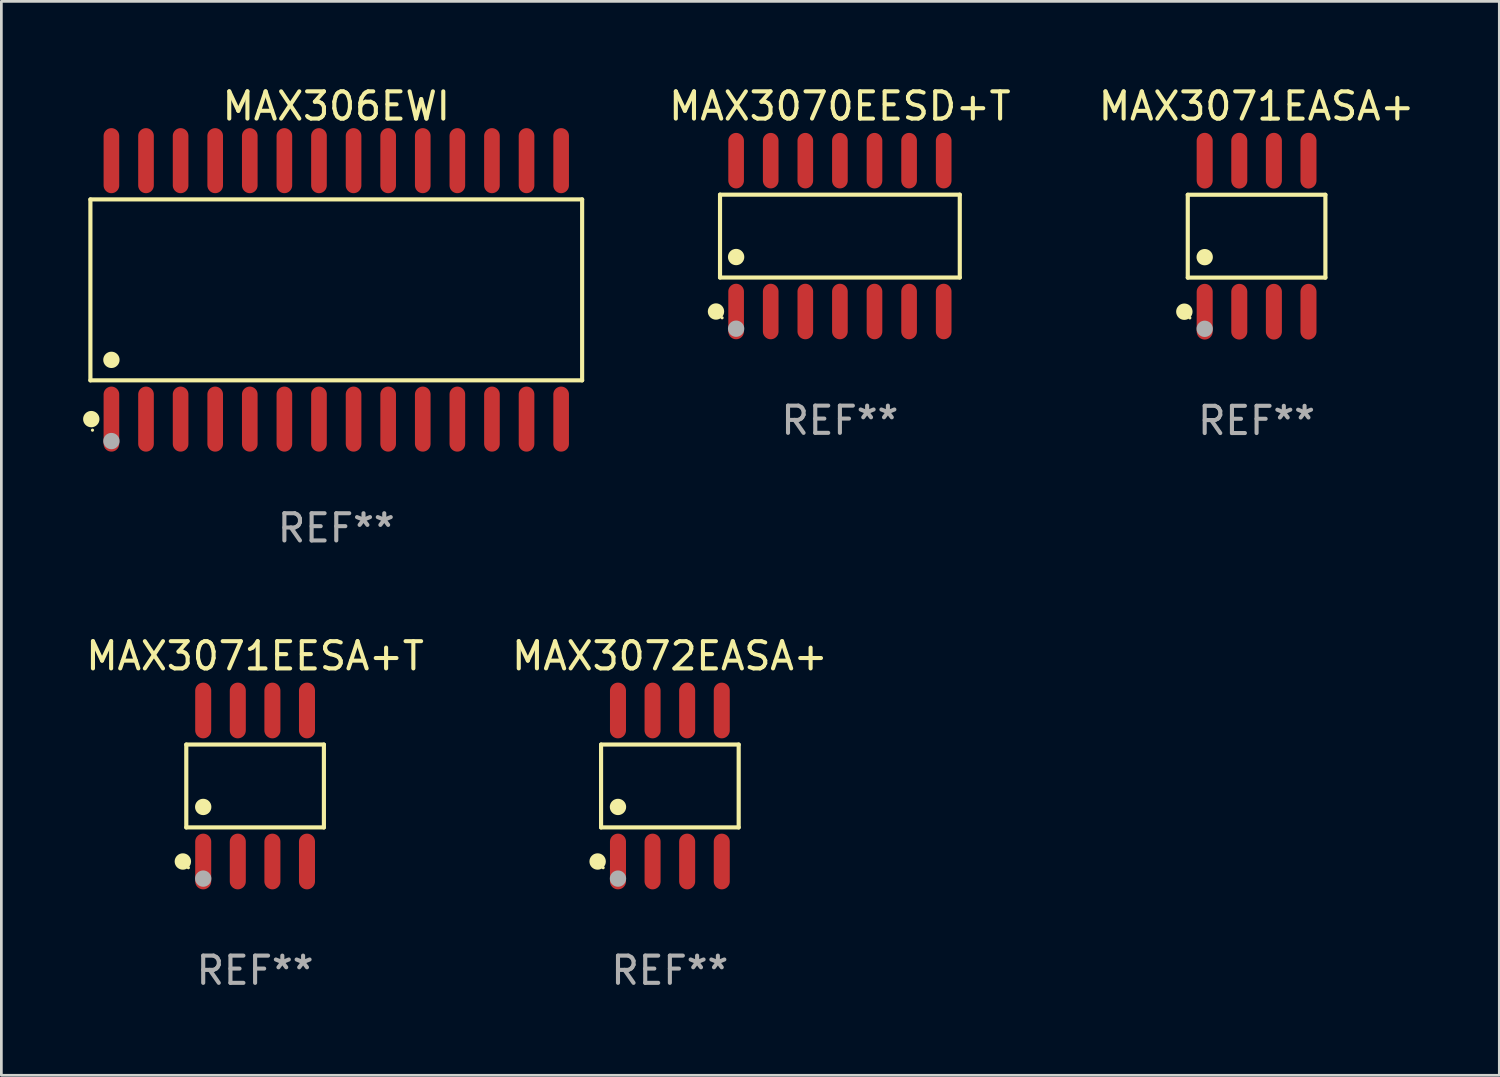
<source format=kicad_pcb>
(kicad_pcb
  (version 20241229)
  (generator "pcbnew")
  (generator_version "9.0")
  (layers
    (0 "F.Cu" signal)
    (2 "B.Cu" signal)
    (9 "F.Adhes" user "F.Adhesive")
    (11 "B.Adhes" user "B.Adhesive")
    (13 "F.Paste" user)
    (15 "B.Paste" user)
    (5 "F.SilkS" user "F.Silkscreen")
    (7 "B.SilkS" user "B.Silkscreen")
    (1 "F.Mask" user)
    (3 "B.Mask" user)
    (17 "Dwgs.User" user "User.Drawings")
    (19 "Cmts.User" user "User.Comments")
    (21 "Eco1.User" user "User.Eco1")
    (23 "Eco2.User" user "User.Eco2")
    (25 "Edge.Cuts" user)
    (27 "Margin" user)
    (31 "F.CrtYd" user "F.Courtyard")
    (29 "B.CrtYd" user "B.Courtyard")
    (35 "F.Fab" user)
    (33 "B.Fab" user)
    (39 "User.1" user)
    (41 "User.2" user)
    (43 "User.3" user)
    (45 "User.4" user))
  (footprint "MAX3072EASA+"
    (layer "F.Cu")
    (at 21.542 25.805)
    (property "Reference" "MAX3072EASA+" (at 0 -4.772 0) (layer "F.SilkS") (effects (font (size 1 1) (thickness 0.15))))
    (attr through_hole)
    (fp_line (start -2.526 -1.521) (end 2.526 -1.521) (stroke (width 0.152) (type solid)) (layer "F.SilkS"))
    (fp_line (start -2.526 1.521) (end -2.526 -1.521) (stroke (width 0.152) (type solid)) (layer "F.SilkS"))
    (fp_line (start 2.526 -1.521) (end 2.526 1.521) (stroke (width 0.152) (type solid)) (layer "F.SilkS"))
    (fp_line (start 2.526 1.521) (end -2.526 1.521) (stroke (width 0.152) (type solid)) (layer "F.SilkS"))
    (fp_circle (center -2.652 2.772) (end -2.501 2.772) (stroke (width 0.3) (type solid)) (fill no) (layer "F.SilkS"))
    (fp_circle (center -2.45 3) (end -2.42 3) (stroke (width 0.06) (type solid)) (fill no) (layer "F.SilkS"))
    (fp_circle (center -1.905 0.769) (end -1.755 0.769) (stroke (width 0.3) (type solid)) (fill no) (layer "F.SilkS"))
    (fp_circle (center -1.905 3.4) (end -1.755 3.4) (stroke (width 0.3) (type solid)) (fill no) (layer "F.Fab"))
    (fp_text user "REF**" (at 0 6.772 0) (layer "F.Fab") (effects (font (size 1 1) (thickness 0.15))))
    (pad "1" smd oval (at -1.905 2.772) (size 0.588 2.045) (layers "F.Cu" "F.Mask" "F.Paste"))
    (pad "2" smd oval (at -0.635 2.772) (size 0.588 2.045) (layers "F.Cu" "F.Mask" "F.Paste"))
    (pad "3" smd oval (at 0.635 2.772) (size 0.588 2.045) (layers "F.Cu" "F.Mask" "F.Paste"))
    (pad "4" smd oval (at 1.905 2.772) (size 0.588 2.045) (layers "F.Cu" "F.Mask" "F.Paste"))
    (pad "5" smd oval (at 1.905 -2.772) (size 0.588 2.045) (layers "F.Cu" "F.Mask" "F.Paste"))
    (pad "6" smd oval (at 0.635 -2.772) (size 0.588 2.045) (layers "F.Cu" "F.Mask" "F.Paste"))
    (pad "7" smd oval (at -0.635 -2.772) (size 0.588 2.045) (layers "F.Cu" "F.Mask" "F.Paste"))
    (pad "8" smd oval (at -1.905 -2.772) (size 0.588 2.045) (layers "F.Cu" "F.Mask" "F.Paste")))
  (footprint "MAX3071EESA+T"
    (layer "F.Cu")
    (at 6.315 25.805)
    (property "Reference" "MAX3071EESA+T" (at 0 -4.772 0) (layer "F.SilkS") (effects (font (size 1 1) (thickness 0.15))))
    (attr through_hole)
    (fp_line (start -2.526 -1.521) (end 2.526 -1.521) (stroke (width 0.152) (type solid)) (layer "F.SilkS"))
    (fp_line (start -2.526 1.521) (end -2.526 -1.521) (stroke (width 0.152) (type solid)) (layer "F.SilkS"))
    (fp_line (start 2.526 -1.521) (end 2.526 1.521) (stroke (width 0.152) (type solid)) (layer "F.SilkS"))
    (fp_line (start 2.526 1.521) (end -2.526 1.521) (stroke (width 0.152) (type solid)) (layer "F.SilkS"))
    (fp_circle (center -2.652 2.772) (end -2.501 2.772) (stroke (width 0.3) (type solid)) (fill no) (layer "F.SilkS"))
    (fp_circle (center -2.45 3) (end -2.42 3) (stroke (width 0.06) (type solid)) (fill no) (layer "F.SilkS"))
    (fp_circle (center -1.905 0.769) (end -1.755 0.769) (stroke (width 0.3) (type solid)) (fill no) (layer "F.SilkS"))
    (fp_circle (center -1.905 3.4) (end -1.755 3.4) (stroke (width 0.3) (type solid)) (fill no) (layer "F.Fab"))
    (fp_text user "REF**" (at 0 6.772 0) (layer "F.Fab") (effects (font (size 1 1) (thickness 0.15))))
    (pad "1" smd oval (at -1.905 2.772) (size 0.588 2.045) (layers "F.Cu" "F.Mask" "F.Paste"))
    (pad "2" smd oval (at -0.635 2.772) (size 0.588 2.045) (layers "F.Cu" "F.Mask" "F.Paste"))
    (pad "3" smd oval (at 0.635 2.772) (size 0.588 2.045) (layers "F.Cu" "F.Mask" "F.Paste"))
    (pad "4" smd oval (at 1.905 2.772) (size 0.588 2.045) (layers "F.Cu" "F.Mask" "F.Paste"))
    (pad "5" smd oval (at 1.905 -2.772) (size 0.588 2.045) (layers "F.Cu" "F.Mask" "F.Paste"))
    (pad "6" smd oval (at 0.635 -2.772) (size 0.588 2.045) (layers "F.Cu" "F.Mask" "F.Paste"))
    (pad "7" smd oval (at -0.635 -2.772) (size 0.588 2.045) (layers "F.Cu" "F.Mask" "F.Paste"))
    (pad "8" smd oval (at -1.905 -2.772) (size 0.588 2.045) (layers "F.Cu" "F.Mask" "F.Paste")))
  (footprint "MAX3070EESD+T"
    (layer "F.Cu")
    (at 27.784 5.617)
    (property "Reference" "MAX3070EESD+T" (at 0 -4.769 0) (layer "F.SilkS") (effects (font (size 1 1) (thickness 0.15))))
    (attr through_hole)
    (fp_line (start -4.401 -1.521) (end 4.401 -1.521) (stroke (width 0.152) (type solid)) (layer "F.SilkS"))
    (fp_line (start -4.401 1.521) (end -4.401 -1.521) (stroke (width 0.152) (type solid)) (layer "F.SilkS"))
    (fp_line (start 4.401 -1.521) (end 4.401 1.521) (stroke (width 0.152) (type solid)) (layer "F.SilkS"))
    (fp_line (start 4.401 1.521) (end -4.401 1.521) (stroke (width 0.152) (type solid)) (layer "F.SilkS"))
    (fp_circle (center -4.549 2.769) (end -4.399 2.769) (stroke (width 0.3) (type solid)) (fill no) (layer "F.SilkS"))
    (fp_circle (center -4.325 3) (end -4.295 3) (stroke (width 0.06) (type solid)) (fill no) (layer "F.SilkS"))
    (fp_circle (center -3.81 0.769) (end -3.66 0.769) (stroke (width 0.3) (type solid)) (fill no) (layer "F.SilkS"))
    (fp_circle (center -3.81 3.4) (end -3.66 3.4) (stroke (width 0.3) (type solid)) (fill no) (layer "F.Fab"))
    (fp_text user "REF**" (at 0 6.769 0) (layer "F.Fab") (effects (font (size 1 1) (thickness 0.15))))
    (pad "1" smd oval (at -3.81 2.769) (size 0.574 2.038) (layers "F.Cu" "F.Mask" "F.Paste"))
    (pad "2" smd oval (at -2.54 2.769) (size 0.574 2.038) (layers "F.Cu" "F.Mask" "F.Paste"))
    (pad "3" smd oval (at -1.27 2.769) (size 0.574 2.038) (layers "F.Cu" "F.Mask" "F.Paste"))
    (pad "4" smd oval (at 0 2.769) (size 0.574 2.038) (layers "F.Cu" "F.Mask" "F.Paste"))
    (pad "5" smd oval (at 1.27 2.769) (size 0.574 2.038) (layers "F.Cu" "F.Mask" "F.Paste"))
    (pad "6" smd oval (at 2.54 2.769) (size 0.574 2.038) (layers "F.Cu" "F.Mask" "F.Paste"))
    (pad "7" smd oval (at 3.81 2.769) (size 0.574 2.038) (layers "F.Cu" "F.Mask" "F.Paste"))
    (pad "8" smd oval (at 3.81 -2.769) (size 0.574 2.038) (layers "F.Cu" "F.Mask" "F.Paste"))
    (pad "9" smd oval (at 2.54 -2.769) (size 0.574 2.038) (layers "F.Cu" "F.Mask" "F.Paste"))
    (pad "10" smd oval (at 1.27 -2.769) (size 0.574 2.038) (layers "F.Cu" "F.Mask" "F.Paste"))
    (pad "11" smd oval (at 0 -2.769) (size 0.574 2.038) (layers "F.Cu" "F.Mask" "F.Paste"))
    (pad "12" smd oval (at -1.27 -2.769) (size 0.574 2.038) (layers "F.Cu" "F.Mask" "F.Paste"))
    (pad "13" smd oval (at -2.54 -2.769) (size 0.574 2.038) (layers "F.Cu" "F.Mask" "F.Paste"))
    (pad "14" smd oval (at -3.81 -2.769) (size 0.574 2.038) (layers "F.Cu" "F.Mask" "F.Paste")))
  (footprint "MAX306EWI"
    (layer "F.Cu")
    (at 9.295 7.592)
    (property "Reference" "MAX306EWI" (at 0 -6.744 0) (layer "F.SilkS") (effects (font (size 1 1) (thickness 0.15))))
    (attr through_hole)
    (fp_line (start -9.026 -3.321) (end 9.026 -3.321) (stroke (width 0.152) (type solid)) (layer "F.SilkS"))
    (fp_line (start -9.026 3.321) (end -9.026 -3.321) (stroke (width 0.152) (type solid)) (layer "F.SilkS"))
    (fp_line (start 9.026 -3.321) (end 9.026 3.321) (stroke (width 0.152) (type solid)) (layer "F.SilkS"))
    (fp_line (start 9.026 3.321) (end -9.026 3.321) (stroke (width 0.152) (type solid)) (layer "F.SilkS"))
    (fp_circle (center -8.994 4.744) (end -8.844 4.744) (stroke (width 0.3) (type solid)) (fill no) (layer "F.SilkS"))
    (fp_circle (center -8.95 5.15) (end -8.92 5.15) (stroke (width 0.06) (type solid)) (fill no) (layer "F.SilkS"))
    (fp_circle (center -8.255 2.569) (end -8.105 2.569) (stroke (width 0.3) (type solid)) (fill no) (layer "F.SilkS"))
    (fp_circle (center -8.255 5.55) (end -8.105 5.55) (stroke (width 0.3) (type solid)) (fill no) (layer "F.Fab"))
    (fp_text user "REF**" (at 0 8.744 0) (layer "F.Fab") (effects (font (size 1 1) (thickness 0.15))))
    (pad "1" smd oval (at -8.255 4.744) (size 0.574 2.388) (layers "F.Cu" "F.Mask" "F.Paste"))
    (pad "2" smd oval (at -6.985 4.744) (size 0.574 2.388) (layers "F.Cu" "F.Mask" "F.Paste"))
    (pad "3" smd oval (at -5.715 4.744) (size 0.574 2.388) (layers "F.Cu" "F.Mask" "F.Paste"))
    (pad "4" smd oval (at -4.445 4.744) (size 0.574 2.388) (layers "F.Cu" "F.Mask" "F.Paste"))
    (pad "5" smd oval (at -3.175 4.744) (size 0.574 2.388) (layers "F.Cu" "F.Mask" "F.Paste"))
    (pad "6" smd oval (at -1.905 4.744) (size 0.574 2.388) (layers "F.Cu" "F.Mask" "F.Paste"))
    (pad "7" smd oval (at -0.635 4.744) (size 0.574 2.388) (layers "F.Cu" "F.Mask" "F.Paste"))
    (pad "8" smd oval (at 0.635 4.744) (size 0.574 2.388) (layers "F.Cu" "F.Mask" "F.Paste"))
    (pad "9" smd oval (at 1.905 4.744) (size 0.574 2.388) (layers "F.Cu" "F.Mask" "F.Paste"))
    (pad "10" smd oval (at 3.175 4.744) (size 0.574 2.388) (layers "F.Cu" "F.Mask" "F.Paste"))
    (pad "11" smd oval (at 4.445 4.744) (size 0.574 2.388) (layers "F.Cu" "F.Mask" "F.Paste"))
    (pad "12" smd oval (at 5.715 4.744) (size 0.574 2.388) (layers "F.Cu" "F.Mask" "F.Paste"))
    (pad "13" smd oval (at 6.985 4.744) (size 0.574 2.388) (layers "F.Cu" "F.Mask" "F.Paste"))
    (pad "14" smd oval (at 8.255 4.744) (size 0.574 2.388) (layers "F.Cu" "F.Mask" "F.Paste"))
    (pad "15" smd oval (at 8.255 -4.744) (size 0.574 2.388) (layers "F.Cu" "F.Mask" "F.Paste"))
    (pad "16" smd oval (at 6.985 -4.744) (size 0.574 2.388) (layers "F.Cu" "F.Mask" "F.Paste"))
    (pad "17" smd oval (at 5.715 -4.744) (size 0.574 2.388) (layers "F.Cu" "F.Mask" "F.Paste"))
    (pad "18" smd oval (at 4.445 -4.744) (size 0.574 2.388) (layers "F.Cu" "F.Mask" "F.Paste"))
    (pad "19" smd oval (at 3.175 -4.744) (size 0.574 2.388) (layers "F.Cu" "F.Mask" "F.Paste"))
    (pad "20" smd oval (at 1.905 -4.744) (size 0.574 2.388) (layers "F.Cu" "F.Mask" "F.Paste"))
    (pad "21" smd oval (at 0.635 -4.744) (size 0.574 2.388) (layers "F.Cu" "F.Mask" "F.Paste"))
    (pad "22" smd oval (at -0.635 -4.744) (size 0.574 2.388) (layers "F.Cu" "F.Mask" "F.Paste"))
    (pad "23" smd oval (at -1.905 -4.744) (size 0.574 2.388) (layers "F.Cu" "F.Mask" "F.Paste"))
    (pad "24" smd oval (at -3.175 -4.744) (size 0.574 2.388) (layers "F.Cu" "F.Mask" "F.Paste"))
    (pad "25" smd oval (at -4.445 -4.744) (size 0.574 2.388) (layers "F.Cu" "F.Mask" "F.Paste"))
    (pad "26" smd oval (at -5.715 -4.744) (size 0.574 2.388) (layers "F.Cu" "F.Mask" "F.Paste"))
    (pad "27" smd oval (at -6.985 -4.744) (size 0.574 2.388) (layers "F.Cu" "F.Mask" "F.Paste"))
    (pad "28" smd oval (at -8.255 -4.744) (size 0.574 2.388) (layers "F.Cu" "F.Mask" "F.Paste")))
  (footprint "MAX3071EASA+"
    (layer "F.Cu")
    (at 43.081 5.621)
    (property "Reference" "MAX3071EASA+" (at 0 -4.772 0) (layer "F.SilkS") (effects (font (size 1 1) (thickness 0.15))))
    (attr through_hole)
    (fp_line (start -2.526 -1.521) (end 2.526 -1.521) (stroke (width 0.152) (type solid)) (layer "F.SilkS"))
    (fp_line (start -2.526 1.521) (end -2.526 -1.521) (stroke (width 0.152) (type solid)) (layer "F.SilkS"))
    (fp_line (start 2.526 -1.521) (end 2.526 1.521) (stroke (width 0.152) (type solid)) (layer "F.SilkS"))
    (fp_line (start 2.526 1.521) (end -2.526 1.521) (stroke (width 0.152) (type solid)) (layer "F.SilkS"))
    (fp_circle (center -2.652 2.772) (end -2.501 2.772) (stroke (width 0.3) (type solid)) (fill no) (layer "F.SilkS"))
    (fp_circle (center -2.45 3) (end -2.42 3) (stroke (width 0.06) (type solid)) (fill no) (layer "F.SilkS"))
    (fp_circle (center -1.905 0.769) (end -1.755 0.769) (stroke (width 0.3) (type solid)) (fill no) (layer "F.SilkS"))
    (fp_circle (center -1.905 3.4) (end -1.755 3.4) (stroke (width 0.3) (type solid)) (fill no) (layer "F.Fab"))
    (fp_text user "REF**" (at 0 6.772 0) (layer "F.Fab") (effects (font (size 1 1) (thickness 0.15))))
    (pad "1" smd oval (at -1.905 2.772) (size 0.588 2.045) (layers "F.Cu" "F.Mask" "F.Paste"))
    (pad "2" smd oval (at -0.635 2.772) (size 0.588 2.045) (layers "F.Cu" "F.Mask" "F.Paste"))
    (pad "3" smd oval (at 0.635 2.772) (size 0.588 2.045) (layers "F.Cu" "F.Mask" "F.Paste"))
    (pad "4" smd oval (at 1.905 2.772) (size 0.588 2.045) (layers "F.Cu" "F.Mask" "F.Paste"))
    (pad "5" smd oval (at 1.905 -2.772) (size 0.588 2.045) (layers "F.Cu" "F.Mask" "F.Paste"))
    (pad "6" smd oval (at 0.635 -2.772) (size 0.588 2.045) (layers "F.Cu" "F.Mask" "F.Paste"))
    (pad "7" smd oval (at -0.635 -2.772) (size 0.588 2.045) (layers "F.Cu" "F.Mask" "F.Paste"))
    (pad "8" smd oval (at -1.905 -2.772) (size 0.588 2.045) (layers "F.Cu" "F.Mask" "F.Paste")))
  (gr_rect
    (start -3 -3)
    (end 51.992 36.426)
    (stroke (width 0.1) (type default))
    (fill no)
    (layer "Edge.Cuts")))
</source>
